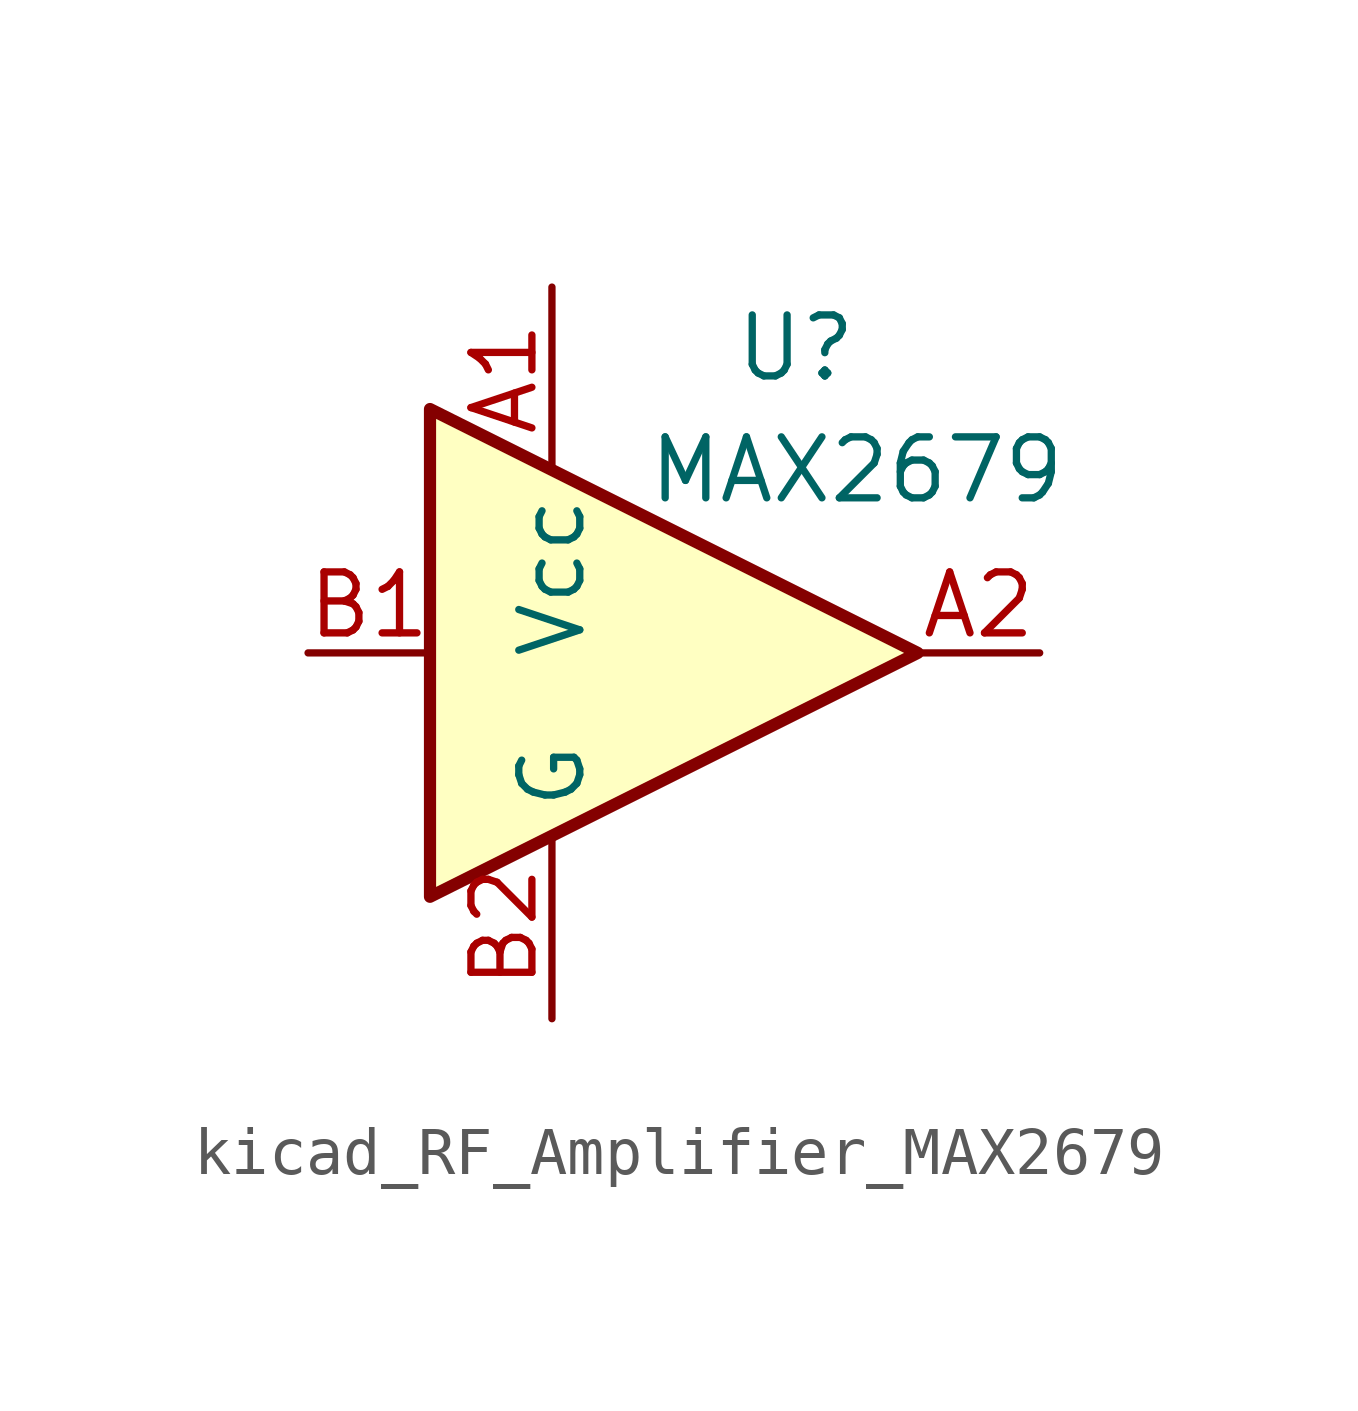
<source format=kicad_sym>
(kicad_symbol_lib
  (version 20220914)
  (generator kicad_symbol_editor)
  (symbol "kicad_RF_Amplifier_MAX2679"
    (property "Reference" "U"
      (at 2.54 6.35 0)
      (effects (font (size 1.27 1.27))))
    (property "Value" "MAX2679"
      (at 3.81 3.81 0)
      (effects (font (size 1.27 1.27))))
    (symbol "kicad_RF_Amplifier_MAX2679_0_1"
      (polyline (pts (xy 5.08 0) (xy -5.08 5.08) (xy -5.08 -5.08) (xy 5.08 0)) (stroke (width 0.254) (type default)) (fill (type background))))
    (symbol "kicad_RF_Amplifier_MAX2679_1_1"
      (pin power_in line (at -2.54 7.62 270) (length 3.81) (name "Vcc" (effects (font (size 1.27 1.27)))) (number "A1" (effects (font (size 1.27 1.27)))))
      (pin output line (at 7.62 0 180) (length 2.54) (name "~" (effects (font (size 1.27 1.27)))) (number "A2" (effects (font (size 1.27 1.27)))))
      (pin input line (at -7.62 0 0) (length 2.54) (name "~" (effects (font (size 1.27 1.27)))) (number "B1" (effects (font (size 1.27 1.27)))))
      (pin power_in line (at -2.54 -7.62 90) (length 3.81) (name "G" (effects (font (size 1.27 1.27)))) (number "B2" (effects (font (size 1.27 1.27))))))))
</source>
